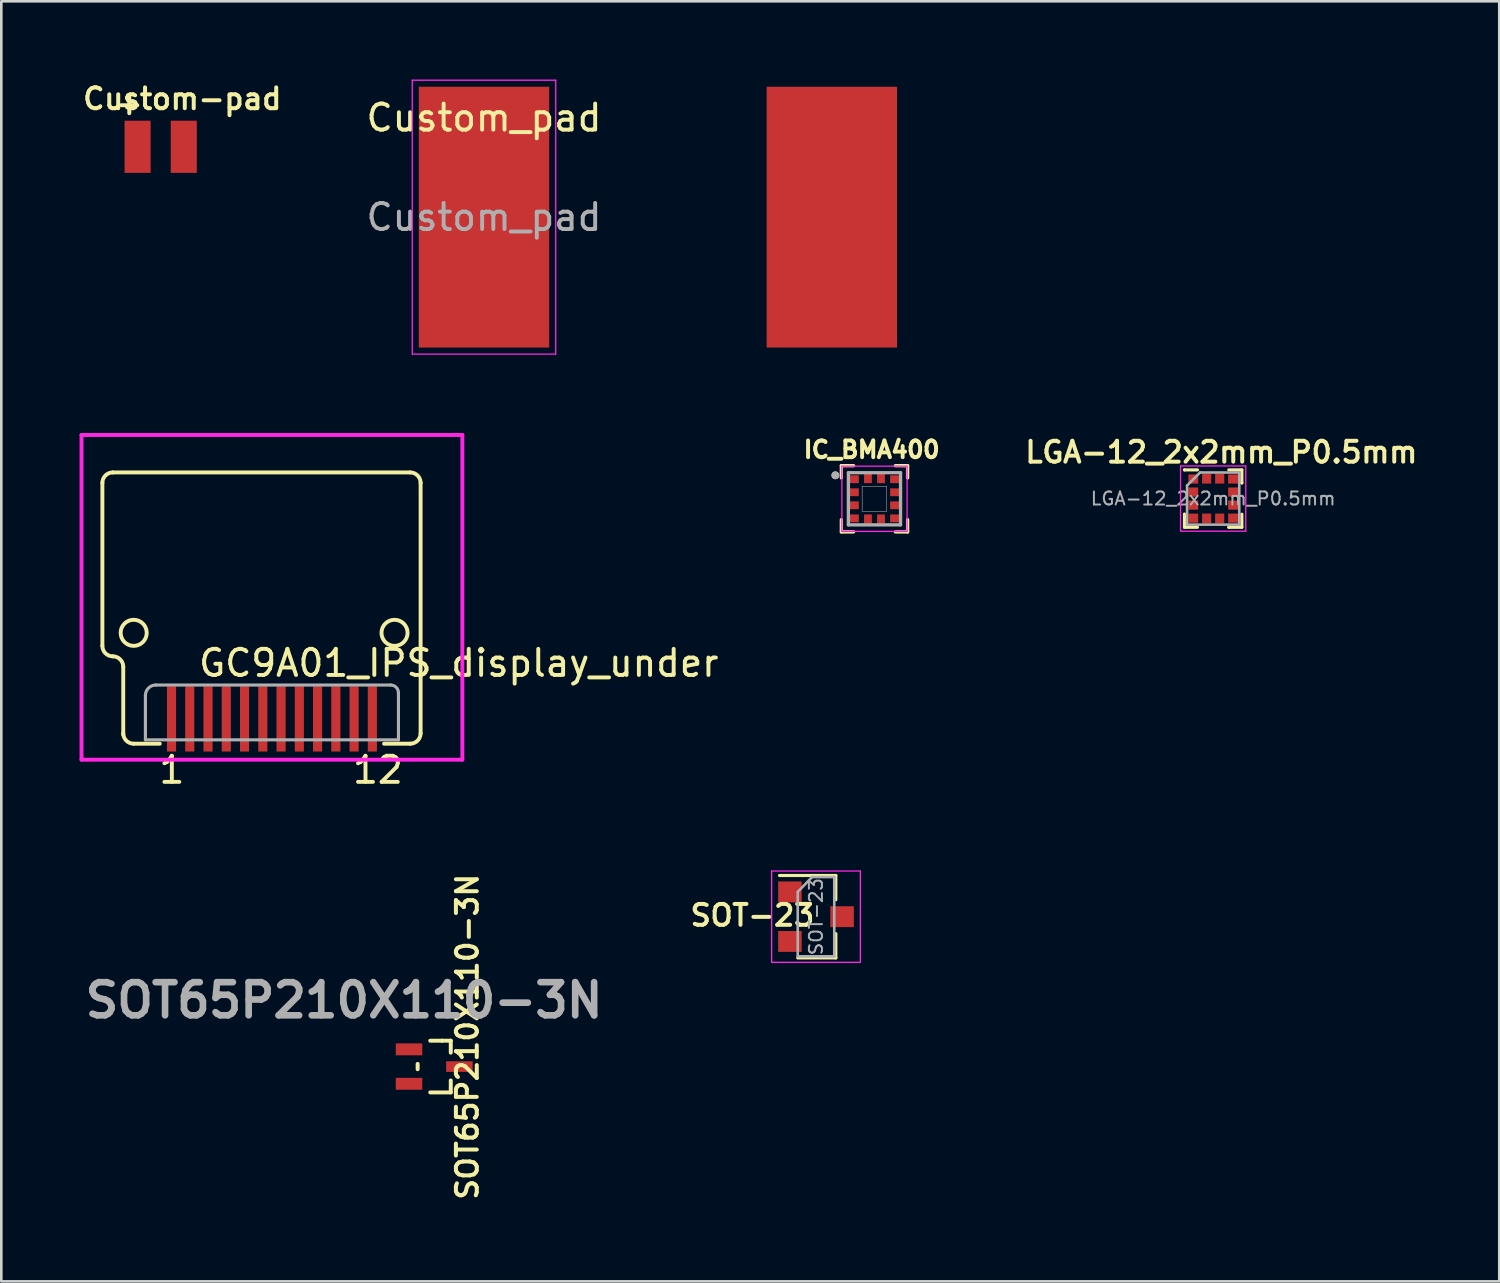
<source format=kicad_pcb>
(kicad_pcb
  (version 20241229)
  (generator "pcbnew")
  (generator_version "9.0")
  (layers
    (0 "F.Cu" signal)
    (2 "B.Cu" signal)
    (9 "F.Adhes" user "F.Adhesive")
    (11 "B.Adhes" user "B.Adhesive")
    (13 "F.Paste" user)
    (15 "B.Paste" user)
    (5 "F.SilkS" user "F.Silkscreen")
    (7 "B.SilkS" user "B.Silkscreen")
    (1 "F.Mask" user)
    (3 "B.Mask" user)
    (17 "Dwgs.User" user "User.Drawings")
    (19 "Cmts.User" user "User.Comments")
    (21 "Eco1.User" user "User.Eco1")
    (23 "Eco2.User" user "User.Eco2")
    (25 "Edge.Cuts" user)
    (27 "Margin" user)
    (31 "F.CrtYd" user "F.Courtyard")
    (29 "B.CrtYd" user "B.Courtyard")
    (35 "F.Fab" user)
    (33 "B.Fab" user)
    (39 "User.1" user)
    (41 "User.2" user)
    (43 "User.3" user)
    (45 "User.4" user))
  (footprint "Custom-pad"
    (layer "F.Cu")
    (at 2.225 2.578)
    (property "Reference" "Custom-pad" (at 1.714 -1.841 180) (layer "F.SilkS") (effects (font (size 0.8 0.8) (thickness 0.153))))
    (attr smd exclude_from_pos_files exclude_from_bom)
    (fp_text user "+" (at -0.318 -1.651 180) (layer "F.SilkS") (effects (font (size 0.8 0.8) (thickness 0.153))))
    (pad "1" smd rect (at 0 0) (size 1 2) (layers "F.Cu" "F.Mask" "F.Paste"))
    (pad "2" smd rect (at 1.77 0) (size 1 2) (layers "F.Cu" "F.Mask" "F.Paste")))
  (footprint "IC_BMA400"
    (layer "F.Cu")
    (at 30.475 16.072)
    (property "Reference" "IC_BMA400" (at -0.108 -1.884 0) (layer "F.SilkS") (effects (font (size 0.64 0.64) (thickness 0.15))))
    (attr through_hole)
    (fp_poly (pts (xy -0.975 -0.975) (xy -0.575 -0.975) (xy -0.575 -0.525) (xy -0.975 -0.525)) (stroke (width 0.01) (type solid)) (fill yes) (layer "F.Mask"))
    (fp_poly (pts (xy -0.975 -0.475) (xy -0.575 -0.475) (xy -0.575 -0.025) (xy -0.975 -0.025)) (stroke (width 0.01) (type solid)) (fill yes) (layer "F.Mask"))
    (fp_poly (pts (xy -0.975 0.025) (xy -0.575 0.025) (xy -0.575 0.475) (xy -0.975 0.475)) (stroke (width 0.01) (type solid)) (fill yes) (layer "F.Mask"))
    (fp_poly (pts (xy -0.975 0.525) (xy -0.575 0.525) (xy -0.575 0.975) (xy -0.975 0.975)) (stroke (width 0.01) (type solid)) (fill yes) (layer "F.Mask"))
    (fp_poly (pts (xy -0.475 -0.975) (xy -0.025 -0.975) (xy -0.025 -0.575) (xy -0.475 -0.575)) (stroke (width 0.01) (type solid)) (fill yes) (layer "F.Mask"))
    (fp_poly (pts (xy -0.475 0.575) (xy -0.025 0.575) (xy -0.025 0.975) (xy -0.475 0.975)) (stroke (width 0.01) (type solid)) (fill yes) (layer "F.Mask"))
    (fp_poly (pts (xy 0.025 -0.975) (xy 0.475 -0.975) (xy 0.475 -0.575) (xy 0.025 -0.575)) (stroke (width 0.01) (type solid)) (fill yes) (layer "F.Mask"))
    (fp_poly (pts (xy 0.025 0.575) (xy 0.475 0.575) (xy 0.475 0.975) (xy 0.025 0.975)) (stroke (width 0.01) (type solid)) (fill yes) (layer "F.Mask"))
    (fp_poly (pts (xy 0.575 -0.975) (xy 0.975 -0.975) (xy 0.975 -0.525) (xy 0.575 -0.525)) (stroke (width 0.01) (type solid)) (fill yes) (layer "F.Mask"))
    (fp_poly (pts (xy 0.575 -0.475) (xy 0.975 -0.475) (xy 0.975 -0.025) (xy 0.575 -0.025)) (stroke (width 0.01) (type solid)) (fill yes) (layer "F.Mask"))
    (fp_poly (pts (xy 0.575 0.025) (xy 0.975 0.025) (xy 0.975 0.475) (xy 0.575 0.475)) (stroke (width 0.01) (type solid)) (fill yes) (layer "F.Mask"))
    (fp_poly (pts (xy 0.575 0.525) (xy 0.975 0.525) (xy 0.975 0.975) (xy 0.575 0.975)) (stroke (width 0.01) (type solid)) (fill yes) (layer "F.Mask"))
    (fp_line (start -1.27 -1.27) (end -1.27 -0.8) (stroke (width 0.127) (type solid)) (layer "F.SilkS"))
    (fp_line (start -1.27 -1.27) (end -0.8 -1.27) (stroke (width 0.127) (type solid)) (layer "F.SilkS"))
    (fp_line (start -1.27 1.27) (end -1.27 0.8) (stroke (width 0.127) (type solid)) (layer "F.SilkS"))
    (fp_line (start -1.27 1.27) (end -0.8 1.27) (stroke (width 0.127) (type solid)) (layer "F.SilkS"))
    (fp_line (start 1.27 -1.27) (end 0.8 -1.27) (stroke (width 0.127) (type solid)) (layer "F.SilkS"))
    (fp_line (start 1.27 -1.27) (end 1.27 -0.8) (stroke (width 0.127) (type solid)) (layer "F.SilkS"))
    (fp_line (start 1.27 1.27) (end 0.8 1.27) (stroke (width 0.127) (type solid)) (layer "F.SilkS"))
    (fp_line (start 1.27 1.27) (end 1.27 0.8) (stroke (width 0.127) (type solid)) (layer "F.SilkS"))
    (fp_circle (center -1.5 -0.9) (end -1.425 -0.9) (stroke (width 0.15) (type solid)) (fill no) (layer "F.SilkS"))
    (fp_poly (pts (xy -0.9 -0.9) (xy -0.65 -0.9) (xy -0.65 -0.6) (xy -0.9 -0.6)) (stroke (width 0.01) (type solid)) (fill yes) (layer "F.Paste"))
    (fp_poly (pts (xy -0.9 -0.4) (xy -0.65 -0.4) (xy -0.65 -0.1) (xy -0.9 -0.1)) (stroke (width 0.01) (type solid)) (fill yes) (layer "F.Paste"))
    (fp_poly (pts (xy -0.9 0.1) (xy -0.65 0.1) (xy -0.65 0.4) (xy -0.9 0.4)) (stroke (width 0.01) (type solid)) (fill yes) (layer "F.Paste"))
    (fp_poly (pts (xy -0.9 0.6) (xy -0.65 0.6) (xy -0.65 0.9) (xy -0.9 0.9)) (stroke (width 0.01) (type solid)) (fill yes) (layer "F.Paste"))
    (fp_poly (pts (xy -0.4 -0.9) (xy -0.1 -0.9) (xy -0.1 -0.65) (xy -0.4 -0.65)) (stroke (width 0.01) (type solid)) (fill yes) (layer "F.Paste"))
    (fp_poly (pts (xy -0.4 0.65) (xy -0.1 0.65) (xy -0.1 0.9) (xy -0.4 0.9)) (stroke (width 0.01) (type solid)) (fill yes) (layer "F.Paste"))
    (fp_poly (pts (xy 0.1 -0.9) (xy 0.4 -0.9) (xy 0.4 -0.65) (xy 0.1 -0.65)) (stroke (width 0.01) (type solid)) (fill yes) (layer "F.Paste"))
    (fp_poly (pts (xy 0.1 0.65) (xy 0.4 0.65) (xy 0.4 0.9) (xy 0.1 0.9)) (stroke (width 0.01) (type solid)) (fill yes) (layer "F.Paste"))
    (fp_poly (pts (xy 0.65 -0.9) (xy 0.9 -0.9) (xy 0.9 -0.6) (xy 0.65 -0.6)) (stroke (width 0.01) (type solid)) (fill yes) (layer "F.Paste"))
    (fp_poly (pts (xy 0.65 -0.4) (xy 0.9 -0.4) (xy 0.9 -0.1) (xy 0.65 -0.1)) (stroke (width 0.01) (type solid)) (fill yes) (layer "F.Paste"))
    (fp_poly (pts (xy 0.65 0.1) (xy 0.9 0.1) (xy 0.9 0.4) (xy 0.65 0.4)) (stroke (width 0.01) (type solid)) (fill yes) (layer "F.Paste"))
    (fp_poly (pts (xy 0.65 0.6) (xy 0.9 0.6) (xy 0.9 0.9) (xy 0.65 0.9)) (stroke (width 0.01) (type solid)) (fill yes) (layer "F.Paste"))
    (fp_poly (pts (xy -0.475 -0.475) (xy 0.475 -0.475) (xy 0.475 0.475) (xy -0.475 0.475)) (stroke (width 0.01) (type solid)) (fill no) (layer "Dwgs.User"))
    (fp_poly (pts (xy -0.475 -0.475) (xy 0.475 -0.475) (xy 0.475 0.475) (xy -0.475 0.475)) (stroke (width 0.01) (type solid)) (fill no) (layer "Dwgs.User"))
    (fp_line (start -1.25 -1.25) (end 1.25 -1.25) (stroke (width 0.05) (type solid)) (layer "F.CrtYd"))
    (fp_line (start -1.25 1.25) (end -1.25 -1.25) (stroke (width 0.05) (type solid)) (layer "F.CrtYd"))
    (fp_line (start 1.25 -1.25) (end 1.25 1.25) (stroke (width 0.05) (type solid)) (layer "F.CrtYd"))
    (fp_line (start 1.25 1.25) (end -1.25 1.25) (stroke (width 0.05) (type solid)) (layer "F.CrtYd"))
    (fp_line (start -1 -1) (end 1 -1) (stroke (width 0.127) (type solid)) (layer "F.Fab"))
    (fp_line (start -1 1) (end -1 -1) (stroke (width 0.127) (type solid)) (layer "F.Fab"))
    (fp_line (start 1 -1) (end 1 1) (stroke (width 0.127) (type solid)) (layer "F.Fab"))
    (fp_line (start 1 1) (end -1 1) (stroke (width 0.127) (type solid)) (layer "F.Fab"))
    (fp_circle (center -1.5 -0.9) (end -1.425 -0.9) (stroke (width 0.15) (type solid)) (fill no) (layer "F.Fab"))
    (pad "1" smd rect (at -0.775 -0.75) (size 0.35 0.3) (layers "F.Cu"))
    (pad "2" smd rect (at -0.775 -0.25) (size 0.35 0.3) (layers "F.Cu"))
    (pad "3" smd rect (at -0.775 0.25) (size 0.35 0.3) (layers "F.Cu"))
    (pad "4" smd rect (at -0.775 0.75) (size 0.35 0.3) (layers "F.Cu"))
    (pad "5" smd rect (at -0.25 0.775) (size 0.3 0.35) (layers "F.Cu"))
    (pad "6" smd rect (at 0.25 0.775) (size 0.3 0.35) (layers "F.Cu"))
    (pad "7" smd rect (at 0.775 0.75) (size 0.35 0.3) (layers "F.Cu"))
    (pad "8" smd rect (at 0.775 0.25) (size 0.35 0.3) (layers "F.Cu"))
    (pad "9" smd rect (at 0.775 -0.25) (size 0.35 0.3) (layers "F.Cu"))
    (pad "10" smd rect (at 0.775 -0.75) (size 0.35 0.3) (layers "F.Cu"))
    (pad "11" smd rect (at 0.25 -0.775) (size 0.3 0.35) (layers "F.Cu"))
    (pad "12" smd rect (at -0.25 -0.775) (size 0.3 0.35) (layers "F.Cu")))
  (footprint "GC9A01_IPS_display_under"
    (layer "F.Cu")
    (at 7.375 24.325)
    (property "Reference" "GC9A01_IPS_display_under" (at 7.163 -1.955 0) (layer "F.SilkS") (effects (font (size 1 1) (thickness 0.15))))
    (attr through_hole)
    (fp_line (start -6.5 -8.864) (end -6.5 -2.614) (stroke (width 0.15) (type solid)) (layer "F.SilkS"))
    (fp_line (start -6.1 -9.264) (end 5.3 -9.264) (stroke (width 0.15) (type solid)) (layer "F.SilkS"))
    (fp_line (start -5.7 -1.813) (end -5.7 0.786) (stroke (width 0.15) (type solid)) (layer "F.SilkS"))
    (fp_line (start -4.3 1.137) (end -5.3 1.137) (stroke (width 0.15) (type solid)) (layer "F.SilkS"))
    (fp_line (start 5.3 1.137) (end 4.3 1.137) (stroke (width 0.15) (type solid)) (layer "F.SilkS"))
    (fp_line (start 5.7 -8.864) (end 5.7 0.737) (stroke (width 0.15) (type solid)) (layer "F.SilkS"))
    (fp_arc (start -6.5 -8.8635) (mid -6.382843 -9.146343) (end -6.1 -9.2635) (stroke (width 0.15) (type solid)) (layer "F.SilkS"))
    (fp_arc (start -6.1 -2.2135) (mid -6.382843 -2.330657) (end -6.5 -2.6135) (stroke (width 0.15) (type solid)) (layer "F.SilkS"))
    (fp_arc (start -6.1 -2.2135) (mid -5.817157 -2.096343) (end -5.7 -1.8135) (stroke (width 0.15) (type solid)) (layer "F.SilkS"))
    (fp_arc (start -5.3 1.1365) (mid -5.582843 1.019343) (end -5.7 0.7365) (stroke (width 0.15) (type solid)) (layer "F.SilkS"))
    (fp_arc (start 5.3 -9.2635) (mid 5.582843 -9.146343) (end 5.7 -8.8635) (stroke (width 0.15) (type solid)) (layer "F.SilkS"))
    (fp_arc (start 5.7 0.7365) (mid 5.582843 1.019343) (end 5.3 1.1365) (stroke (width 0.15) (type solid)) (layer "F.SilkS"))
    (fp_circle (center -5.3 -3.114) (end -5.8 -3.114) (stroke (width 0.15) (type solid)) (fill no) (layer "F.SilkS"))
    (fp_circle (center 4.7 -3.114) (end 4.2 -3.114) (stroke (width 0.15) (type solid)) (fill no) (layer "F.SilkS"))
    (fp_line (start -7.3 -10.7) (end -7.3 1.75) (stroke (width 0.15) (type solid)) (layer "F.CrtYd"))
    (fp_line (start -7.3 1.75) (end 7.3 1.75) (stroke (width 0.15) (type solid)) (layer "F.CrtYd"))
    (fp_line (start 7.3 -10.7) (end -7.3 -10.7) (stroke (width 0.15) (type solid)) (layer "F.CrtYd"))
    (fp_line (start 7.3 1.75) (end 7.3 -10.7) (stroke (width 0.15) (type solid)) (layer "F.CrtYd"))
    (fp_line (start -4.85 0.987) (end -4.85 -0.714) (stroke (width 0.12) (type solid)) (layer "F.Fab"))
    (fp_line (start 4.55 -1.113) (end -4.45 -1.113) (stroke (width 0.12) (type solid)) (layer "F.Fab"))
    (fp_line (start 4.85 0.987) (end -4.85 0.987) (stroke (width 0.12) (type solid)) (layer "F.Fab"))
    (fp_line (start 4.85 0.987) (end 4.85 -0.814) (stroke (width 0.12) (type solid)) (layer "F.Fab"))
    (fp_arc (start -4.85 -0.7135) (mid -4.732843 -0.996343) (end -4.45 -1.1135) (stroke (width 0.12) (type solid)) (layer "F.Fab"))
    (fp_arc (start 4.55 -1.1135) (mid 4.762132 -1.025632) (end 4.85 -0.8135) (stroke (width 0.12) (type solid)) (layer "F.Fab"))
    (fp_text user "12" (at 4.063 2.145 0) (layer "F.SilkS") (effects (font (size 1 1) (thickness 0.15))))
    (fp_text user "1" (at -3.837 2.145 0) (layer "F.SilkS") (effects (font (size 1 1) (thickness 0.15))))
    (pad "1" smd rect (at -3.85 0.186) (size 0.35 2.5) (layers "F.Cu" "F.Mask" "F.Paste"))
    (pad "2" smd rect (at -3.15 0.186) (size 0.35 2.5) (layers "F.Cu" "F.Mask" "F.Paste"))
    (pad "3" smd rect (at -2.45 0.186) (size 0.35 2.5) (layers "F.Cu" "F.Mask" "F.Paste"))
    (pad "4" smd rect (at -1.75 0.186) (size 0.35 2.5) (layers "F.Cu" "F.Mask" "F.Paste"))
    (pad "5" smd rect (at -1.05 0.186) (size 0.35 2.5) (layers "F.Cu" "F.Mask" "F.Paste"))
    (pad "6" smd rect (at -0.35 0.186) (size 0.35 2.5) (layers "F.Cu" "F.Mask" "F.Paste"))
    (pad "7" smd rect (at 0.35 0.186) (size 0.35 2.5) (layers "F.Cu" "F.Mask" "F.Paste"))
    (pad "8" smd rect (at 1.05 0.186) (size 0.35 2.5) (layers "F.Cu" "F.Mask" "F.Paste"))
    (pad "9" smd rect (at 1.75 0.186) (size 0.35 2.5) (layers "F.Cu" "F.Mask" "F.Paste"))
    (pad "10" smd rect (at 2.45 0.186) (size 0.35 2.5) (layers "F.Cu" "F.Mask" "F.Paste"))
    (pad "11" smd rect (at 3.15 0.186) (size 0.35 2.5) (layers "F.Cu" "F.Mask" "F.Paste"))
    (pad "12" smd rect (at 3.85 0.186) (size 0.35 2.5) (layers "F.Cu" "F.Mask" "F.Paste")))
  (footprint "Custom_pad"
    (layer "F.Cu")
    (at 22.49 5.275)
    (property "Reference" "Custom_pad" (at -6.985 -3.81 0) (layer "F.SilkS") (effects (font (size 1 1) (thickness 0.15))))
    (attr smd exclude_from_pos_files exclude_from_bom)
    (fp_line (start -9.735 -5.25) (end -9.735 5.25) (stroke (width 0.05) (type solid)) (layer "F.CrtYd"))
    (fp_line (start -9.735 5.25) (end -4.235 5.25) (stroke (width 0.05) (type solid)) (layer "F.CrtYd"))
    (fp_line (start -4.235 -5.25) (end -9.735 -5.25) (stroke (width 0.05) (type solid)) (layer "F.CrtYd"))
    (fp_line (start -4.235 5.25) (end -4.235 -5.25) (stroke (width 0.05) (type solid)) (layer "F.CrtYd"))
    (fp_text user "${REFERENCE}" (at -6.985 0 0) (layer "F.Fab") (effects (font (size 1 1) (thickness 0.15))))
    (pad "1" smd rect (at -6.985 0) (size 5 10) (layers "F.Cu" "F.Mask" "F.Paste"))
    (pad "2" smd rect (at 6.35 0) (size 5 10) (layers "F.Cu" "F.Mask" "F.Paste")))
  (footprint "SOT65P210X110-3N"
    (layer "F.Cu")
    (at 13.596 37.839)
    (property "Reference" "SOT65P210X110-3N" (at 1.27 -1.143 270) (layer "F.SilkS") (effects (font (size 0.8 0.8) (thickness 0.153))))
    (attr smd)
    (fp_line (start -0.635 -0.102) (end -0.635 0.102) (stroke (width 0.152) (type solid)) (layer "F.SilkS"))
    (fp_line (start -0.152 0.991) (end 0.635 0.991) (stroke (width 0.152) (type solid)) (layer "F.SilkS"))
    (fp_line (start 0.305 -0.991) (end -0.152 -0.991) (stroke (width 0.152) (type solid)) (layer "F.SilkS"))
    (fp_line (start 0.635 -0.991) (end 0.305 -0.991) (stroke (width 0.152) (type solid)) (layer "F.SilkS"))
    (fp_line (start 0.635 -0.533) (end 0.635 -0.991) (stroke (width 0.152) (type solid)) (layer "F.SilkS"))
    (fp_line (start 0.635 0.991) (end 0.635 0.533) (stroke (width 0.152) (type solid)) (layer "F.SilkS"))
    (fp_text user "${REFERENCE}" (at -3.454 -2.54 180) (layer "F.Fab") (effects (font (size 1.27 1.27) (thickness 0.254))))
    (pad "1" smd rect (at -0.965 -0.66 90) (size 0.457 1.016) (layers "F.Cu" "F.Mask" "F.Paste"))
    (pad "2" smd rect (at -0.965 0.66 90) (size 0.457 1.016) (layers "F.Cu" "F.Mask" "F.Paste"))
    (pad "3" smd rect (at 0.965 0 90) (size 0.406 1.016) (layers "F.Cu" "F.Mask" "F.Paste")))
  (footprint "LGA-12_2x2mm_P0.5mm"
    (layer "F.Cu")
    (at 43.459 16.064)
    (property "Reference" "LGA-12_2x2mm_P0.5mm" (at 0.314 -1.778 0) (layer "F.SilkS") (effects (font (size 0.8 0.8) (thickness 0.153))))
    (attr smd)
    (fp_line (start -1.1 -1.1) (end -1.1 -1.1) (stroke (width 0.12) (type solid)) (layer "F.SilkS"))
    (fp_line (start -1.1 0.6) (end -1.1 0.6) (stroke (width 0.12) (type solid)) (layer "F.SilkS"))
    (fp_line (start -1.1 1.1) (end -1.1 0.6) (stroke (width 0.12) (type solid)) (layer "F.SilkS"))
    (fp_line (start -0.6 -1.1) (end -1.1 -1.1) (stroke (width 0.12) (type solid)) (layer "F.SilkS"))
    (fp_line (start -0.6 1.1) (end -1.1 1.1) (stroke (width 0.12) (type solid)) (layer "F.SilkS"))
    (fp_line (start 0.6 -1.1) (end 1.1 -1.1) (stroke (width 0.12) (type solid)) (layer "F.SilkS"))
    (fp_line (start 0.6 1.1) (end 0.6 1.1) (stroke (width 0.12) (type solid)) (layer "F.SilkS"))
    (fp_line (start 1.1 -1.1) (end 1.1 -0.6) (stroke (width 0.12) (type solid)) (layer "F.SilkS"))
    (fp_line (start 1.1 -0.6) (end 1.1 -0.6) (stroke (width 0.12) (type solid)) (layer "F.SilkS"))
    (fp_line (start 1.1 0.6) (end 1.1 1.1) (stroke (width 0.12) (type solid)) (layer "F.SilkS"))
    (fp_line (start 1.1 1.1) (end 0.6 1.1) (stroke (width 0.12) (type solid)) (layer "F.SilkS"))
    (fp_line (start -1.25 -1.25) (end 1.25 -1.25) (stroke (width 0.05) (type solid)) (layer "F.CrtYd"))
    (fp_line (start -1.25 1.25) (end -1.25 -1.25) (stroke (width 0.05) (type solid)) (layer "F.CrtYd"))
    (fp_line (start 1.25 -1.25) (end 1.25 1.25) (stroke (width 0.05) (type solid)) (layer "F.CrtYd"))
    (fp_line (start 1.25 1.25) (end -1.25 1.25) (stroke (width 0.05) (type solid)) (layer "F.CrtYd"))
    (fp_line (start -1 -0.5) (end -0.5 -1) (stroke (width 0.1) (type solid)) (layer "F.Fab"))
    (fp_line (start -1 1) (end -1 -0.5) (stroke (width 0.1) (type solid)) (layer "F.Fab"))
    (fp_line (start -0.5 -1) (end 1 -1) (stroke (width 0.1) (type solid)) (layer "F.Fab"))
    (fp_line (start 1 -1) (end 1 1) (stroke (width 0.1) (type solid)) (layer "F.Fab"))
    (fp_line (start 1 1) (end -1 1) (stroke (width 0.1) (type solid)) (layer "F.Fab"))
    (fp_text user "${REFERENCE}" (at 0 0 0) (layer "F.Fab") (effects (font (size 0.5 0.5) (thickness 0.075))))
    (pad "1" smd rect (at -0.762 -0.75) (size 0.375 0.35) (layers "F.Cu" "F.Mask" "F.Paste"))
    (pad "2" smd rect (at -0.762 -0.25) (size 0.375 0.35) (layers "F.Cu" "F.Mask" "F.Paste"))
    (pad "3" smd rect (at -0.762 0.25) (size 0.375 0.35) (layers "F.Cu" "F.Mask" "F.Paste"))
    (pad "4" smd rect (at -0.762 0.75) (size 0.375 0.35) (layers "F.Cu" "F.Mask" "F.Paste"))
    (pad "5" smd rect (at -0.25 0.762 90) (size 0.375 0.35) (layers "F.Cu" "F.Mask" "F.Paste"))
    (pad "6" smd rect (at 0.25 0.762 90) (size 0.375 0.35) (layers "F.Cu" "F.Mask" "F.Paste"))
    (pad "7" smd rect (at 0.762 0.75) (size 0.375 0.35) (layers "F.Cu" "F.Mask" "F.Paste"))
    (pad "8" smd rect (at 0.762 0.25) (size 0.375 0.35) (layers "F.Cu" "F.Mask" "F.Paste"))
    (pad "9" smd rect (at 0.762 -0.25) (size 0.375 0.35) (layers "F.Cu" "F.Mask" "F.Paste"))
    (pad "10" smd rect (at 0.762 -0.75) (size 0.375 0.35) (layers "F.Cu" "F.Mask" "F.Paste"))
    (pad "11" smd rect (at 0.25 -0.762 90) (size 0.375 0.35) (layers "F.Cu" "F.Mask" "F.Paste"))
    (pad "12" smd rect (at -0.25 -0.762 90) (size 0.375 0.35) (layers "F.Cu" "F.Mask" "F.Paste")))
  (footprint "SOT-23"
    (layer "F.Cu")
    (at 28.233 32.093)
    (property "Reference" "SOT-23" (at -2.438 -0.051 0) (layer "F.SilkS") (effects (font (size 0.8 0.8) (thickness 0.153))))
    (attr smd)
    (fp_line (start 0.76 -1.58) (end -1.4 -1.58) (stroke (width 0.12) (type solid)) (layer "F.SilkS"))
    (fp_line (start 0.76 -1.58) (end 0.76 -0.65) (stroke (width 0.12) (type solid)) (layer "F.SilkS"))
    (fp_line (start 0.76 1.58) (end -0.7 1.58) (stroke (width 0.12) (type solid)) (layer "F.SilkS"))
    (fp_line (start 0.76 1.58) (end 0.76 0.65) (stroke (width 0.12) (type solid)) (layer "F.SilkS"))
    (fp_line (start -1.7 -1.75) (end 1.7 -1.75) (stroke (width 0.05) (type solid)) (layer "F.CrtYd"))
    (fp_line (start -1.7 1.75) (end -1.7 -1.75) (stroke (width 0.05) (type solid)) (layer "F.CrtYd"))
    (fp_line (start 1.7 -1.75) (end 1.7 1.75) (stroke (width 0.05) (type solid)) (layer "F.CrtYd"))
    (fp_line (start 1.7 1.75) (end -1.7 1.75) (stroke (width 0.05) (type solid)) (layer "F.CrtYd"))
    (fp_line (start -0.7 -0.95) (end -0.7 1.5) (stroke (width 0.1) (type solid)) (layer "F.Fab"))
    (fp_line (start -0.7 -0.95) (end -0.15 -1.52) (stroke (width 0.1) (type solid)) (layer "F.Fab"))
    (fp_line (start -0.7 1.52) (end 0.7 1.52) (stroke (width 0.1) (type solid)) (layer "F.Fab"))
    (fp_line (start -0.15 -1.52) (end 0.7 -1.52) (stroke (width 0.1) (type solid)) (layer "F.Fab"))
    (fp_line (start 0.7 -1.52) (end 0.7 1.52) (stroke (width 0.1) (type solid)) (layer "F.Fab"))
    (fp_text user "${REFERENCE}" (at 0 0 90) (layer "F.Fab") (effects (font (size 0.5 0.5) (thickness 0.075))))
    (pad "1" smd rect (at -1 -0.95) (size 0.9 0.8) (layers "F.Cu" "F.Mask" "F.Paste"))
    (pad "2" smd rect (at -1 0.95) (size 0.9 0.8) (layers "F.Cu" "F.Mask" "F.Paste"))
    (pad "3" smd rect (at 1 0) (size 0.9 0.8) (layers "F.Cu" "F.Mask" "F.Paste")))
  (gr_rect
    (start -3 -3)
    (end 54.427 46.074)
    (stroke (width 0.1) (type default))
    (fill no)
    (layer "Edge.Cuts")))
</source>
